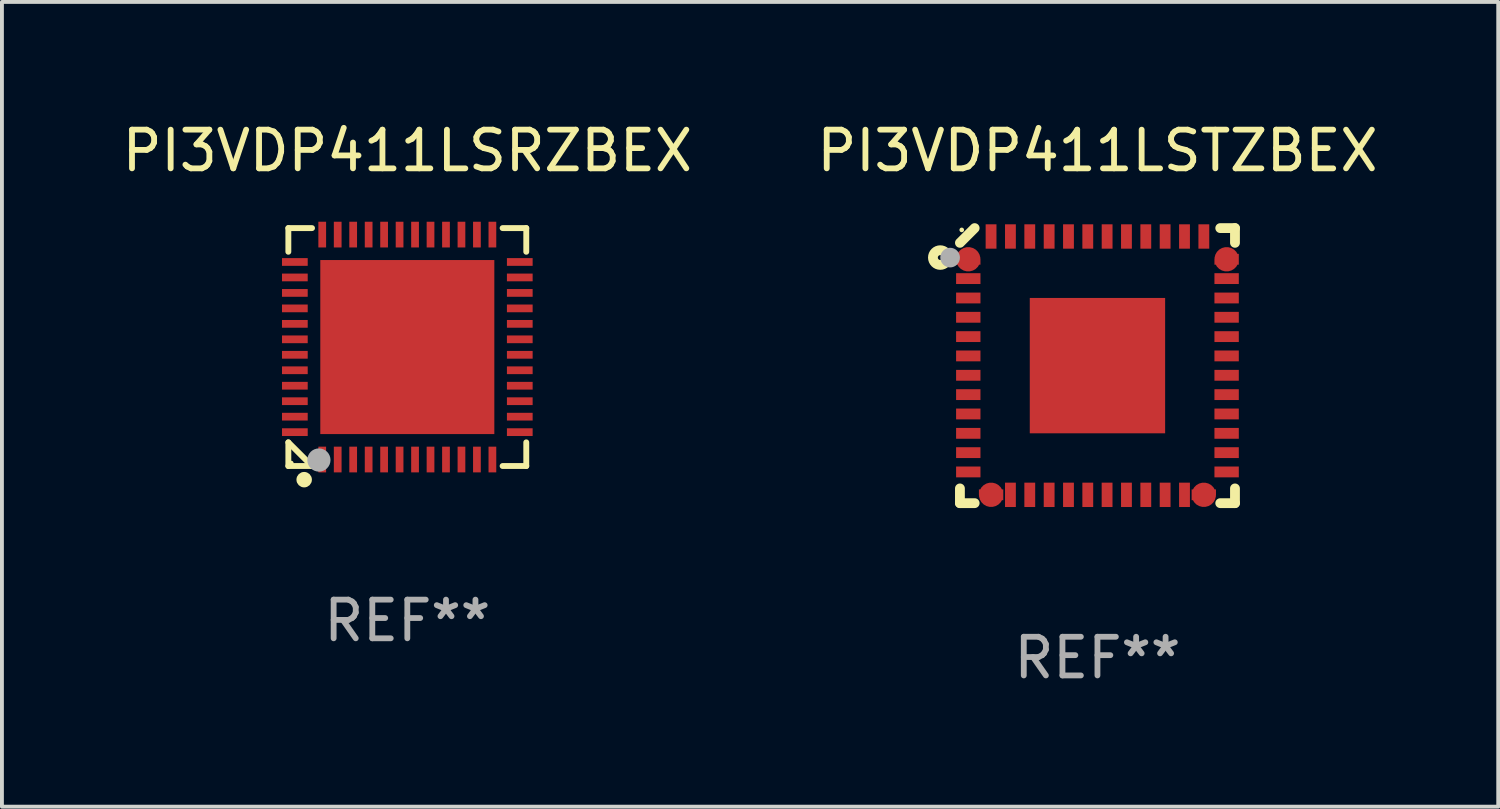
<source format=kicad_pcb>
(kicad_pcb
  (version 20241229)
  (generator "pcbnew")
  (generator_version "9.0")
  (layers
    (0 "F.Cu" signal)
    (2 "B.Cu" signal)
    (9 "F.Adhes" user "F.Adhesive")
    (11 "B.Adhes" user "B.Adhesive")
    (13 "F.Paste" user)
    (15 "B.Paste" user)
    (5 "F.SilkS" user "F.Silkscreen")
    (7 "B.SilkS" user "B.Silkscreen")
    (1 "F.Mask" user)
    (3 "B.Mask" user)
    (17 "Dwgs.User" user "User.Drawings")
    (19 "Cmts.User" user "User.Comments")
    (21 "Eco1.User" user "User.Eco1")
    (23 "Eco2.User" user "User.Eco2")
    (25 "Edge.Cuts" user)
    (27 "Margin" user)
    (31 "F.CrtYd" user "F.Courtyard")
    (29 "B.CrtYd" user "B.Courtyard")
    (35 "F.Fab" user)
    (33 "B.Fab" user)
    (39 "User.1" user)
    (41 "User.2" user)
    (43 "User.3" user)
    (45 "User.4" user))
  (footprint "PI3VDP411LSTZBEX"
    (layer "F.Cu")
    (at 25.327 6.404)
    (property "Reference" "PI3VDP411LSTZBEX" (at 0 -5.556 0) (layer "F.SilkS") (effects (font (size 1 1) (thickness 0.15))))
    (attr through_hole)
    (fp_line (start -3.556 3.175) (end -3.556 3.556) (stroke (width 0.254) (type solid)) (layer "F.SilkS"))
    (fp_line (start -3.556 3.556) (end -3.175 3.556) (stroke (width 0.254) (type solid)) (layer "F.SilkS"))
    (fp_line (start -3.175 -3.556) (end -3.556 -3.175) (stroke (width 0.254) (type solid)) (layer "F.SilkS"))
    (fp_line (start 3.175 -3.556) (end 3.556 -3.556) (stroke (width 0.254) (type solid)) (layer "F.SilkS"))
    (fp_line (start 3.556 -3.556) (end 3.556 -3.175) (stroke (width 0.254) (type solid)) (layer "F.SilkS"))
    (fp_line (start 3.556 3.175) (end 3.556 3.556) (stroke (width 0.254) (type solid)) (layer "F.SilkS"))
    (fp_line (start 3.556 3.556) (end 3.175 3.556) (stroke (width 0.254) (type solid)) (layer "F.SilkS"))
    (fp_circle (center -4.064 -2.794) (end -4.001 -2.794) (stroke (width 0.254) (type solid)) (fill no) (layer "F.SilkS"))
    (fp_circle (center -3.509 -3.509) (end -3.479 -3.509) (stroke (width 0.06) (type solid)) (fill no) (layer "F.SilkS"))
    (fp_circle (center -3.81 -2.793) (end -3.683 -2.793) (stroke (width 0.254) (type solid)) (fill no) (layer "F.Fab"))
    (fp_text user "REF**" (at 0 7.556 0) (layer "F.Fab") (effects (font (size 1 1) (thickness 0.15))))
    (pad "1" smd custom (at -3.34 -2.75) (size 0.63 0.28) (layers "F.Cu" "F.Mask" "F.Paste") (options (anchor circle)) (primitives (gr_poly (pts (xy -0.315 -0.14) (xy 0.2 -0.14) (xy 0.315 -0.01) (xy 0.315 0.14) (xy -0.315 0.14)) (width 0) (fill yes))))
    (pad "2" smd rect (at -3.34 -2.25) (size 0.63 0.28) (layers "F.Cu" "F.Mask" "F.Paste"))
    (pad "3" smd rect (at -3.34 -1.749) (size 0.63 0.28) (layers "F.Cu" "F.Mask" "F.Paste"))
    (pad "4" smd rect (at -3.34 -1.25) (size 0.63 0.28) (layers "F.Cu" "F.Mask" "F.Paste"))
    (pad "5" smd rect (at -3.34 -0.75) (size 0.63 0.28) (layers "F.Cu" "F.Mask" "F.Paste"))
    (pad "6" smd rect (at -3.34 -0.251) (size 0.63 0.28) (layers "F.Cu" "F.Mask" "F.Paste"))
    (pad "7" smd rect (at -3.34 0.25) (size 0.63 0.28) (layers "F.Cu" "F.Mask" "F.Paste"))
    (pad "8" smd rect (at -3.34 0.75) (size 0.63 0.28) (layers "F.Cu" "F.Mask" "F.Paste"))
    (pad "9" smd rect (at -3.34 1.25) (size 0.63 0.28) (layers "F.Cu" "F.Mask" "F.Paste"))
    (pad "10" smd rect (at -3.34 1.751) (size 0.63 0.28) (layers "F.Cu" "F.Mask" "F.Paste"))
    (pad "11" smd rect (at -3.34 2.25) (size 0.63 0.28) (layers "F.Cu" "F.Mask" "F.Paste"))
    (pad "12" smd rect (at -3.34 2.749) (size 0.63 0.28) (layers "F.Cu" "F.Mask" "F.Paste"))
    (pad "13" smd custom (at -2.75 3.34 90) (size 0.63 0.28) (layers "F.Cu" "F.Mask" "F.Paste") (options (anchor circle)) (primitives (gr_poly (pts (xy -0.14 0.315) (xy -0.14 -0.2) (xy -0.01 -0.315) (xy 0.14 -0.315) (xy 0.14 0.315)) (width 0) (fill yes))))
    (pad "14" smd rect (at -2.25 3.341) (size 0.28 0.63) (layers "F.Cu" "F.Mask" "F.Paste"))
    (pad "15" smd rect (at -1.75 3.341) (size 0.28 0.63) (layers "F.Cu" "F.Mask" "F.Paste"))
    (pad "16" smd rect (at -1.249 3.341) (size 0.28 0.63) (layers "F.Cu" "F.Mask" "F.Paste"))
    (pad "17" smd rect (at -0.749 3.341) (size 0.28 0.63) (layers "F.Cu" "F.Mask" "F.Paste"))
    (pad "18" smd rect (at -0.25 3.341) (size 0.28 0.63) (layers "F.Cu" "F.Mask" "F.Paste"))
    (pad "19" smd rect (at 0.249 3.341) (size 0.28 0.63) (layers "F.Cu" "F.Mask" "F.Paste"))
    (pad "20" smd rect (at 0.75 3.341) (size 0.28 0.63) (layers "F.Cu" "F.Mask" "F.Paste"))
    (pad "21" smd rect (at 1.25 3.341) (size 0.28 0.63) (layers "F.Cu" "F.Mask" "F.Paste"))
    (pad "22" smd rect (at 1.75 3.341) (size 0.28 0.63) (layers "F.Cu" "F.Mask" "F.Paste"))
    (pad "23" smd rect (at 2.251 3.341) (size 0.28 0.63) (layers "F.Cu" "F.Mask" "F.Paste"))
    (pad "24" smd custom (at 2.75 3.34 270) (size 0.63 0.28) (layers "F.Cu" "F.Mask" "F.Paste") (options (anchor circle)) (primitives (gr_poly (pts (xy 0.14 0.315) (xy 0.14 -0.2) (xy 0.01 -0.315) (xy -0.14 -0.315) (xy -0.14 0.315)) (width 0) (fill yes))))
    (pad "25" smd rect (at 3.34 2.749) (size 0.63 0.28) (layers "F.Cu" "F.Mask" "F.Paste"))
    (pad "26" smd rect (at 3.34 2.25) (size 0.63 0.28) (layers "F.Cu" "F.Mask" "F.Paste"))
    (pad "27" smd rect (at 3.34 1.751) (size 0.63 0.28) (layers "F.Cu" "F.Mask" "F.Paste"))
    (pad "28" smd rect (at 3.34 1.25) (size 0.63 0.28) (layers "F.Cu" "F.Mask" "F.Paste"))
    (pad "29" smd rect (at 3.34 0.75) (size 0.63 0.28) (layers "F.Cu" "F.Mask" "F.Paste"))
    (pad "30" smd rect (at 3.34 0.25) (size 0.63 0.28) (layers "F.Cu" "F.Mask" "F.Paste"))
    (pad "31" smd rect (at 3.34 -0.251) (size 0.63 0.28) (layers "F.Cu" "F.Mask" "F.Paste"))
    (pad "32" smd rect (at 3.34 -0.75) (size 0.63 0.28) (layers "F.Cu" "F.Mask" "F.Paste"))
    (pad "33" smd rect (at 3.34 -1.25) (size 0.63 0.28) (layers "F.Cu" "F.Mask" "F.Paste"))
    (pad "34" smd rect (at 3.34 -1.749) (size 0.63 0.28) (layers "F.Cu" "F.Mask" "F.Paste"))
    (pad "35" smd rect (at 3.34 -2.25) (size 0.63 0.28) (layers "F.Cu" "F.Mask" "F.Paste"))
    (pad "36" smd custom (at 3.34 -2.75) (size 0.63 0.28) (layers "F.Cu" "F.Mask" "F.Paste") (options (anchor circle)) (primitives (gr_poly (pts (xy 0.315 -0.14) (xy -0.2 -0.14) (xy -0.315 -0.01) (xy -0.315 0.14) (xy 0.315 0.14)) (width 0) (fill yes))))
    (pad "37" smd rect (at 2.751 -3.339) (size 0.28 0.63) (layers "F.Cu" "F.Mask" "F.Paste"))
    (pad "38" smd rect (at 2.251 -3.339) (size 0.28 0.63) (layers "F.Cu" "F.Mask" "F.Paste"))
    (pad "39" smd rect (at 1.75 -3.339) (size 0.28 0.63) (layers "F.Cu" "F.Mask" "F.Paste"))
    (pad "40" smd rect (at 1.25 -3.339) (size 0.28 0.63) (layers "F.Cu" "F.Mask" "F.Paste"))
    (pad "41" smd rect (at 0.75 -3.339) (size 0.28 0.63) (layers "F.Cu" "F.Mask" "F.Paste"))
    (pad "42" smd rect (at 0.25 -3.339) (size 0.28 0.63) (layers "F.Cu" "F.Mask" "F.Paste"))
    (pad "43" smd rect (at -0.25 -3.339) (size 0.28 0.63) (layers "F.Cu" "F.Mask" "F.Paste"))
    (pad "44" smd rect (at -0.749 -3.339) (size 0.28 0.63) (layers "F.Cu" "F.Mask" "F.Paste"))
    (pad "45" smd rect (at -1.249 -3.339) (size 0.28 0.63) (layers "F.Cu" "F.Mask" "F.Paste"))
    (pad "46" smd rect (at -1.75 -3.339) (size 0.28 0.63) (layers "F.Cu" "F.Mask" "F.Paste"))
    (pad "47" smd rect (at -2.25 -3.339) (size 0.28 0.63) (layers "F.Cu" "F.Mask" "F.Paste"))
    (pad "48" smd rect (at -2.751 -3.339) (size 0.28 0.63) (layers "F.Cu" "F.Mask" "F.Paste"))
    (pad "49" smd rect (at 0.000203 0.000051 180) (size 3.5 3.5) (layers "F.Cu" "F.Mask" "F.Paste")))
  (footprint "PI3VDP411LSRZBEX"
    (layer "F.Cu")
    (at 7.482 5.924)
    (property "Reference" "PI3VDP411LSRZBEX" (at 0 -5.076 0) (layer "F.SilkS") (effects (font (size 1 1) (thickness 0.15))))
    (attr through_hole)
    (fp_line (start -3.076 -3.076) (end -3.076 -2.464) (stroke (width 0.152) (type solid)) (layer "F.SilkS"))
    (fp_line (start -3.076 3.076) (end -3.076 2.464) (stroke (width 0.152) (type solid)) (layer "F.SilkS"))
    (fp_line (start -2.464 -3.076) (end -3.076 -3.076) (stroke (width 0.152) (type solid)) (layer "F.SilkS"))
    (fp_line (start -2.464 3.076) (end -3.076 2.464) (stroke (width 0.152) (type solid)) (layer "F.SilkS"))
    (fp_line (start -2.464 3.076) (end -3.076 3.076) (stroke (width 0.152) (type solid)) (layer "F.SilkS"))
    (fp_line (start 2.464 -3.076) (end 3.076 -3.076) (stroke (width 0.152) (type solid)) (layer "F.SilkS"))
    (fp_line (start 2.464 3.076) (end 3.076 3.076) (stroke (width 0.152) (type solid)) (layer "F.SilkS"))
    (fp_line (start 3.076 -3.076) (end 3.076 -2.464) (stroke (width 0.152) (type solid)) (layer "F.SilkS"))
    (fp_line (start 3.076 3.076) (end 3.076 2.464) (stroke (width 0.152) (type solid)) (layer "F.SilkS"))
    (fp_circle (center -3 3) (end -2.97 3) (stroke (width 0.06) (type solid)) (fill no) (layer "F.SilkS"))
    (fp_circle (center -2.667 3.429) (end -2.567 3.429) (stroke (width 0.2) (type solid)) (fill no) (layer "F.SilkS"))
    (fp_circle (center -2.286 2.921) (end -2.136 2.921) (stroke (width 0.3) (type solid)) (fill no) (layer "F.Fab"))
    (fp_text user "REF**" (at 0 7.076 0) (layer "F.Fab") (effects (font (size 1 1) (thickness 0.15))))
    (pad "1" smd rect (at -2.2 2.908) (size 0.2 0.665) (layers "F.Cu" "F.Mask" "F.Paste"))
    (pad "2" smd rect (at -1.8 2.908) (size 0.2 0.665) (layers "F.Cu" "F.Mask" "F.Paste"))
    (pad "3" smd rect (at -1.4 2.908) (size 0.2 0.665) (layers "F.Cu" "F.Mask" "F.Paste"))
    (pad "4" smd rect (at -1 2.908) (size 0.2 0.665) (layers "F.Cu" "F.Mask" "F.Paste"))
    (pad "5" smd rect (at -0.6 2.908) (size 0.2 0.665) (layers "F.Cu" "F.Mask" "F.Paste"))
    (pad "6" smd rect (at -0.2 2.908) (size 0.2 0.665) (layers "F.Cu" "F.Mask" "F.Paste"))
    (pad "7" smd rect (at 0.2 2.908) (size 0.2 0.665) (layers "F.Cu" "F.Mask" "F.Paste"))
    (pad "8" smd rect (at 0.6 2.908) (size 0.2 0.665) (layers "F.Cu" "F.Mask" "F.Paste"))
    (pad "9" smd rect (at 1 2.908) (size 0.2 0.665) (layers "F.Cu" "F.Mask" "F.Paste"))
    (pad "10" smd rect (at 1.4 2.908) (size 0.2 0.665) (layers "F.Cu" "F.Mask" "F.Paste"))
    (pad "11" smd rect (at 1.8 2.908) (size 0.2 0.665) (layers "F.Cu" "F.Mask" "F.Paste"))
    (pad "12" smd rect (at 2.2 2.908) (size 0.2 0.665) (layers "F.Cu" "F.Mask" "F.Paste"))
    (pad "13" smd rect (at 2.908 2.2) (size 0.665 0.2) (layers "F.Cu" "F.Mask" "F.Paste"))
    (pad "14" smd rect (at 2.908 1.8) (size 0.665 0.2) (layers "F.Cu" "F.Mask" "F.Paste"))
    (pad "15" smd rect (at 2.908 1.4) (size 0.665 0.2) (layers "F.Cu" "F.Mask" "F.Paste"))
    (pad "16" smd rect (at 2.908 1) (size 0.665 0.2) (layers "F.Cu" "F.Mask" "F.Paste"))
    (pad "17" smd rect (at 2.908 0.6) (size 0.665 0.2) (layers "F.Cu" "F.Mask" "F.Paste"))
    (pad "18" smd rect (at 2.908 0.2) (size 0.665 0.2) (layers "F.Cu" "F.Mask" "F.Paste"))
    (pad "19" smd rect (at 2.908 -0.2) (size 0.665 0.2) (layers "F.Cu" "F.Mask" "F.Paste"))
    (pad "20" smd rect (at 2.908 -0.6) (size 0.665 0.2) (layers "F.Cu" "F.Mask" "F.Paste"))
    (pad "21" smd rect (at 2.908 -1) (size 0.665 0.2) (layers "F.Cu" "F.Mask" "F.Paste"))
    (pad "22" smd rect (at 2.908 -1.4) (size 0.665 0.2) (layers "F.Cu" "F.Mask" "F.Paste"))
    (pad "23" smd rect (at 2.908 -1.8) (size 0.665 0.2) (layers "F.Cu" "F.Mask" "F.Paste"))
    (pad "24" smd rect (at 2.908 -2.2) (size 0.665 0.2) (layers "F.Cu" "F.Mask" "F.Paste"))
    (pad "25" smd rect (at 2.2 -2.908) (size 0.2 0.665) (layers "F.Cu" "F.Mask" "F.Paste"))
    (pad "26" smd rect (at 1.8 -2.908) (size 0.2 0.665) (layers "F.Cu" "F.Mask" "F.Paste"))
    (pad "27" smd rect (at 1.4 -2.908) (size 0.2 0.665) (layers "F.Cu" "F.Mask" "F.Paste"))
    (pad "28" smd rect (at 1 -2.908) (size 0.2 0.665) (layers "F.Cu" "F.Mask" "F.Paste"))
    (pad "29" smd rect (at 0.6 -2.908) (size 0.2 0.665) (layers "F.Cu" "F.Mask" "F.Paste"))
    (pad "30" smd rect (at 0.2 -2.908) (size 0.2 0.665) (layers "F.Cu" "F.Mask" "F.Paste"))
    (pad "31" smd rect (at -0.2 -2.908) (size 0.2 0.665) (layers "F.Cu" "F.Mask" "F.Paste"))
    (pad "32" smd rect (at -0.6 -2.908) (size 0.2 0.665) (layers "F.Cu" "F.Mask" "F.Paste"))
    (pad "33" smd rect (at -1 -2.908) (size 0.2 0.665) (layers "F.Cu" "F.Mask" "F.Paste"))
    (pad "34" smd rect (at -1.4 -2.908) (size 0.2 0.665) (layers "F.Cu" "F.Mask" "F.Paste"))
    (pad "35" smd rect (at -1.8 -2.908) (size 0.2 0.665) (layers "F.Cu" "F.Mask" "F.Paste"))
    (pad "36" smd rect (at -2.2 -2.908) (size 0.2 0.665) (layers "F.Cu" "F.Mask" "F.Paste"))
    (pad "37" smd rect (at -2.908 -2.2) (size 0.665 0.2) (layers "F.Cu" "F.Mask" "F.Paste"))
    (pad "38" smd rect (at -2.908 -1.8) (size 0.665 0.2) (layers "F.Cu" "F.Mask" "F.Paste"))
    (pad "39" smd rect (at -2.908 -1.4) (size 0.665 0.2) (layers "F.Cu" "F.Mask" "F.Paste"))
    (pad "40" smd rect (at -2.908 -1) (size 0.665 0.2) (layers "F.Cu" "F.Mask" "F.Paste"))
    (pad "41" smd rect (at -2.908 -0.6) (size 0.665 0.2) (layers "F.Cu" "F.Mask" "F.Paste"))
    (pad "42" smd rect (at -2.908 -0.2) (size 0.665 0.2) (layers "F.Cu" "F.Mask" "F.Paste"))
    (pad "43" smd rect (at -2.908 0.2) (size 0.665 0.2) (layers "F.Cu" "F.Mask" "F.Paste"))
    (pad "44" smd rect (at -2.908 0.6) (size 0.665 0.2) (layers "F.Cu" "F.Mask" "F.Paste"))
    (pad "45" smd rect (at -2.908 1) (size 0.665 0.2) (layers "F.Cu" "F.Mask" "F.Paste"))
    (pad "46" smd rect (at -2.908 1.4) (size 0.665 0.2) (layers "F.Cu" "F.Mask" "F.Paste"))
    (pad "47" smd rect (at -2.908 1.8) (size 0.665 0.2) (layers "F.Cu" "F.Mask" "F.Paste"))
    (pad "48" smd rect (at -2.908 2.2) (size 0.665 0.2) (layers "F.Cu" "F.Mask" "F.Paste"))
    (pad "49" smd rect (at 0 0) (size 4.5 4.5) (layers "F.Cu" "F.Mask" "F.Paste")))
  (gr_rect
    (start -3 -3)
    (end 35.69 17.809)
    (stroke (width 0.1) (type default))
    (fill no)
    (layer "Edge.Cuts")))
</source>
